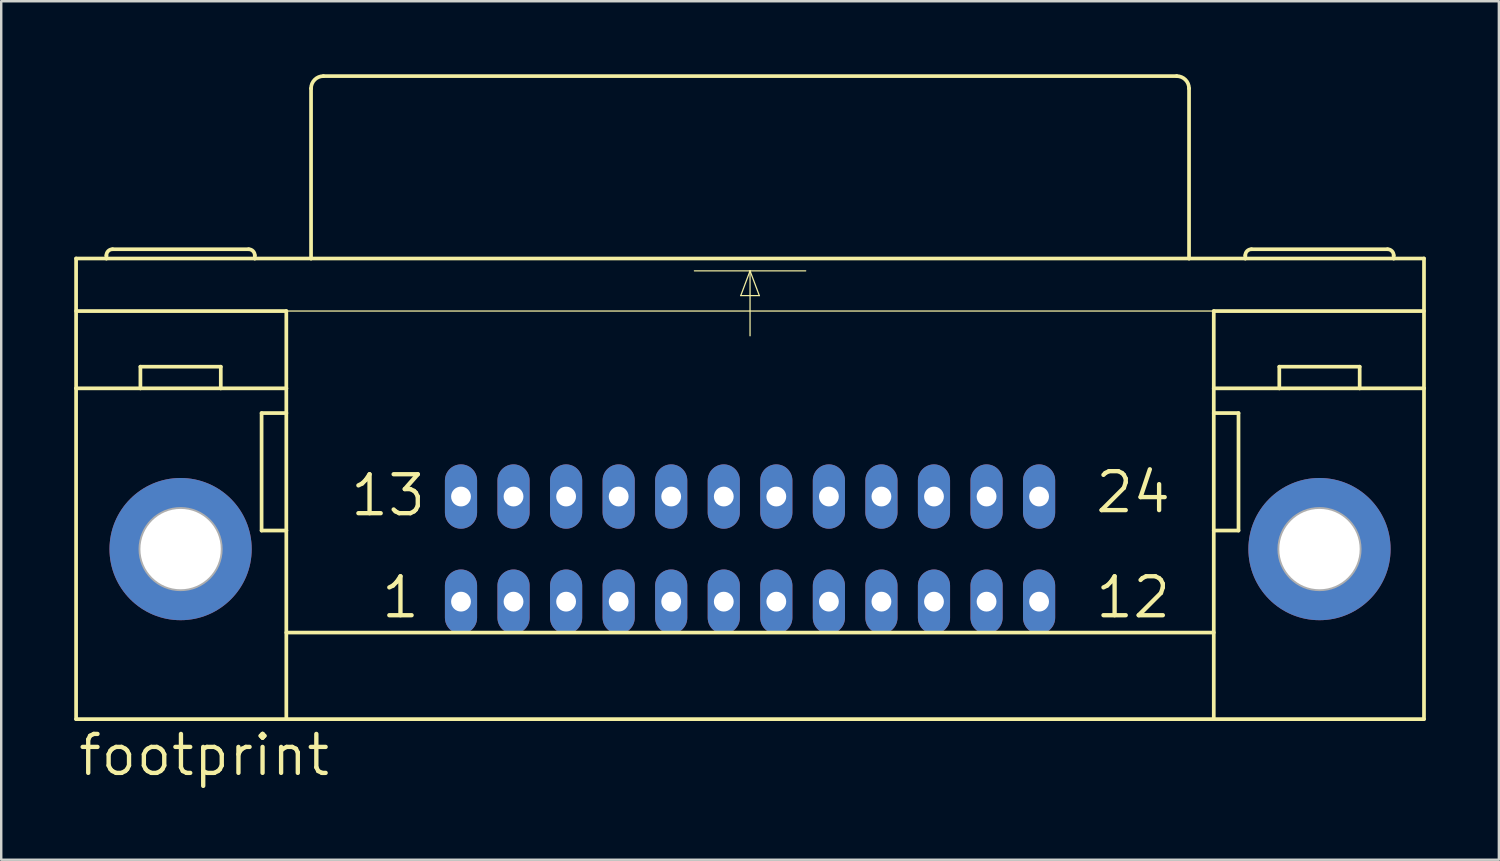
<source format=kicad_pcb>
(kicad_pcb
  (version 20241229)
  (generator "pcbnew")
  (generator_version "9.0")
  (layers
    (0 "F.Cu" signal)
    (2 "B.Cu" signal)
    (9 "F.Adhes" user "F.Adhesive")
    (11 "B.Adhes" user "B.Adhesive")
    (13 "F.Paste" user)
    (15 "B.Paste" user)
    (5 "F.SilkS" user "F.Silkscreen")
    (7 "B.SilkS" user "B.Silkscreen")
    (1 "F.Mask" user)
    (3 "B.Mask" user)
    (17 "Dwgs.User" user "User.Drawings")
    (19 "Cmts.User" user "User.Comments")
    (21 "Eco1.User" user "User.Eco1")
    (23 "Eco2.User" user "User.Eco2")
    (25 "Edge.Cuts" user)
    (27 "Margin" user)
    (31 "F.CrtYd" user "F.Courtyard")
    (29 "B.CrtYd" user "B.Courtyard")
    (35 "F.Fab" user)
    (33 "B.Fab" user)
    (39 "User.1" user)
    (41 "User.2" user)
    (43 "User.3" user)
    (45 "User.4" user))
  (footprint "footprint"
    (layer "F.Cu")
    (at 27.762 19.507)
    (property "Reference" "footprint" (at -27.686 9.398 0) (layer "F.SilkS") (effects (font (size 1.6 1.6) (thickness 0.178)) (justify left bottom)))
    (fp_line (start -27.686 -11.938) (end -26.441 -11.938) (stroke (width 0.152) (type solid)) (layer "F.SilkS"))
    (fp_line (start -27.686 -9.779) (end -19.05 -9.779) (stroke (width 0.152) (type solid)) (layer "F.SilkS"))
    (fp_line (start -27.686 -6.604) (end -27.686 -11.938) (stroke (width 0.152) (type solid)) (layer "F.SilkS"))
    (fp_line (start -27.686 6.985) (end -27.686 -6.604) (stroke (width 0.152) (type solid)) (layer "F.SilkS"))
    (fp_line (start -27.686 6.985) (end -19.05 6.985) (stroke (width 0.152) (type solid)) (layer "F.SilkS"))
    (fp_line (start -26.441 -11.938) (end -26.441 -12.065) (stroke (width 0.152) (type solid)) (layer "F.SilkS"))
    (fp_line (start -26.441 -11.938) (end -20.345 -11.938) (stroke (width 0.152) (type solid)) (layer "F.SilkS"))
    (fp_line (start -25.044 -6.604) (end -27.686 -6.604) (stroke (width 0.152) (type solid)) (layer "F.SilkS"))
    (fp_line (start -25.044 -6.604) (end -25.044 -7.493) (stroke (width 0.152) (type solid)) (layer "F.SilkS"))
    (fp_line (start -21.742 -7.493) (end -25.044 -7.493) (stroke (width 0.152) (type solid)) (layer "F.SilkS"))
    (fp_line (start -21.742 -6.604) (end -25.044 -6.604) (stroke (width 0.152) (type solid)) (layer "F.SilkS"))
    (fp_line (start -21.742 -6.604) (end -21.742 -7.493) (stroke (width 0.152) (type solid)) (layer "F.SilkS"))
    (fp_line (start -20.599 -12.319) (end -26.187 -12.319) (stroke (width 0.152) (type solid)) (layer "F.SilkS"))
    (fp_line (start -20.345 -11.938) (end -20.345 -12.065) (stroke (width 0.152) (type solid)) (layer "F.SilkS"))
    (fp_line (start -20.345 -11.938) (end -18.034 -11.938) (stroke (width 0.152) (type solid)) (layer "F.SilkS"))
    (fp_line (start -20.066 -5.588) (end -20.066 -0.762) (stroke (width 0.152) (type solid)) (layer "F.SilkS"))
    (fp_line (start -20.066 -0.762) (end -19.05 -0.762) (stroke (width 0.152) (type solid)) (layer "F.SilkS"))
    (fp_line (start -19.05 -9.779) (end 19.05 -9.779) (stroke (width 0.051) (type solid)) (layer "F.SilkS"))
    (fp_line (start -19.05 -6.604) (end -21.742 -6.604) (stroke (width 0.152) (type solid)) (layer "F.SilkS"))
    (fp_line (start -19.05 -6.604) (end -19.05 -9.779) (stroke (width 0.152) (type solid)) (layer "F.SilkS"))
    (fp_line (start -19.05 -5.588) (end -20.066 -5.588) (stroke (width 0.152) (type solid)) (layer "F.SilkS"))
    (fp_line (start -19.05 -5.588) (end -19.05 -6.604) (stroke (width 0.152) (type solid)) (layer "F.SilkS"))
    (fp_line (start -19.05 -0.762) (end -19.05 -5.588) (stroke (width 0.152) (type solid)) (layer "F.SilkS"))
    (fp_line (start -19.05 3.429) (end 19.05 3.429) (stroke (width 0.152) (type solid)) (layer "F.SilkS"))
    (fp_line (start -19.05 6.985) (end -19.05 -0.762) (stroke (width 0.152) (type solid)) (layer "F.SilkS"))
    (fp_line (start -19.05 6.985) (end 19.05 6.985) (stroke (width 0.152) (type solid)) (layer "F.SilkS"))
    (fp_line (start -18.034 -11.938) (end -18.034 -18.923) (stroke (width 0.152) (type solid)) (layer "F.SilkS"))
    (fp_line (start -18.034 -11.938) (end 18.034 -11.938) (stroke (width 0.152) (type solid)) (layer "F.SilkS"))
    (fp_line (start -17.526 -19.431) (end 17.526 -19.431) (stroke (width 0.152) (type solid)) (layer "F.SilkS"))
    (fp_line (start -2.286 -11.43) (end 0 -11.43) (stroke (width 0.051) (type solid)) (layer "F.SilkS"))
    (fp_line (start -0.381 -10.414) (end 0.381 -10.414) (stroke (width 0.051) (type solid)) (layer "F.SilkS"))
    (fp_line (start 0 -11.43) (end -0.381 -10.414) (stroke (width 0.051) (type solid)) (layer "F.SilkS"))
    (fp_line (start 0 -11.43) (end 0 -8.763) (stroke (width 0.051) (type solid)) (layer "F.SilkS"))
    (fp_line (start 0 -11.43) (end 2.286 -11.43) (stroke (width 0.051) (type solid)) (layer "F.SilkS"))
    (fp_line (start 0.381 -10.414) (end 0 -11.43) (stroke (width 0.051) (type solid)) (layer "F.SilkS"))
    (fp_line (start 18.034 -11.938) (end 18.034 -18.923) (stroke (width 0.152) (type solid)) (layer "F.SilkS"))
    (fp_line (start 18.034 -11.938) (end 20.345 -11.938) (stroke (width 0.152) (type solid)) (layer "F.SilkS"))
    (fp_line (start 19.05 -9.779) (end 27.686 -9.779) (stroke (width 0.152) (type solid)) (layer "F.SilkS"))
    (fp_line (start 19.05 -6.604) (end 19.05 -9.779) (stroke (width 0.152) (type solid)) (layer "F.SilkS"))
    (fp_line (start 19.05 -6.604) (end 21.742 -6.604) (stroke (width 0.152) (type solid)) (layer "F.SilkS"))
    (fp_line (start 19.05 -5.588) (end 19.05 -6.604) (stroke (width 0.152) (type solid)) (layer "F.SilkS"))
    (fp_line (start 19.05 -5.588) (end 20.066 -5.588) (stroke (width 0.152) (type solid)) (layer "F.SilkS"))
    (fp_line (start 19.05 -0.762) (end 19.05 -5.588) (stroke (width 0.152) (type solid)) (layer "F.SilkS"))
    (fp_line (start 19.05 6.985) (end 19.05 -0.762) (stroke (width 0.152) (type solid)) (layer "F.SilkS"))
    (fp_line (start 19.05 6.985) (end 27.686 6.985) (stroke (width 0.152) (type solid)) (layer "F.SilkS"))
    (fp_line (start 20.066 -5.588) (end 20.066 -0.762) (stroke (width 0.152) (type solid)) (layer "F.SilkS"))
    (fp_line (start 20.066 -0.762) (end 19.05 -0.762) (stroke (width 0.152) (type solid)) (layer "F.SilkS"))
    (fp_line (start 20.345 -11.938) (end 20.345 -12.065) (stroke (width 0.152) (type solid)) (layer "F.SilkS"))
    (fp_line (start 20.345 -11.938) (end 26.441 -11.938) (stroke (width 0.152) (type solid)) (layer "F.SilkS"))
    (fp_line (start 20.599 -12.319) (end 26.187 -12.319) (stroke (width 0.152) (type solid)) (layer "F.SilkS"))
    (fp_line (start 21.742 -7.493) (end 25.044 -7.493) (stroke (width 0.152) (type solid)) (layer "F.SilkS"))
    (fp_line (start 21.742 -6.604) (end 21.742 -7.493) (stroke (width 0.152) (type solid)) (layer "F.SilkS"))
    (fp_line (start 21.742 -6.604) (end 25.044 -6.604) (stroke (width 0.152) (type solid)) (layer "F.SilkS"))
    (fp_line (start 25.044 -6.604) (end 25.044 -7.493) (stroke (width 0.152) (type solid)) (layer "F.SilkS"))
    (fp_line (start 25.044 -6.604) (end 27.686 -6.604) (stroke (width 0.152) (type solid)) (layer "F.SilkS"))
    (fp_line (start 26.441 -11.938) (end 26.441 -12.065) (stroke (width 0.152) (type solid)) (layer "F.SilkS"))
    (fp_line (start 26.441 -11.938) (end 27.686 -11.938) (stroke (width 0.152) (type solid)) (layer "F.SilkS"))
    (fp_line (start 27.686 -11.938) (end 27.686 -6.604) (stroke (width 0.152) (type solid)) (layer "F.SilkS"))
    (fp_line (start 27.686 -6.604) (end 27.686 6.985) (stroke (width 0.152) (type solid)) (layer "F.SilkS"))
    (fp_arc (start -26.4414 -12.065) (mid -26.367005 -12.244605) (end -26.1874 -12.319) (stroke (width 0.1524) (type solid)) (layer "F.SilkS"))
    (fp_arc (start -20.5994 -12.319) (mid -20.419795 -12.244605) (end -20.3454 -12.065) (stroke (width 0.1524) (type solid)) (layer "F.SilkS"))
    (fp_arc (start -18.034 -18.923) (mid -17.88521 -19.28221) (end -17.526 -19.431) (stroke (width 0.1524) (type solid)) (layer "F.SilkS"))
    (fp_arc (start 17.526 -19.431) (mid 17.88521 -19.28221) (end 18.034 -18.923) (stroke (width 0.1524) (type solid)) (layer "F.SilkS"))
    (fp_arc (start 20.3454 -12.065) (mid 20.419795 -12.244605) (end 20.5994 -12.319) (stroke (width 0.1524) (type solid)) (layer "F.SilkS"))
    (fp_arc (start 26.1874 -12.319) (mid 26.367005 -12.244605) (end 26.4414 -12.065) (stroke (width 0.1524) (type solid)) (layer "F.SilkS"))
    (fp_circle (center -23.393 0) (end -21.742 0) (stroke (width 0.152) (type solid)) (fill no) (layer "F.Fab"))
    (fp_circle (center 23.393 0) (end 25.044 0) (stroke (width 0.152) (type solid)) (fill no) (layer "F.Fab"))
    (fp_text user "1" (at -15.24 2.921 0) (layer "F.SilkS") (effects (font (size 1.6 1.6) (thickness 0.178)) (justify left bottom)))
    (fp_text user "12" (at 14.097 2.921 0) (layer "F.SilkS") (effects (font (size 1.6 1.6) (thickness 0.178)) (justify left bottom)))
    (fp_text user "24" (at 14.097 -1.397 0) (layer "F.SilkS") (effects (font (size 1.6 1.6) (thickness 0.178)) (justify left bottom)))
    (fp_text user "13" (at -16.51 -1.27 0) (layer "F.SilkS") (effects (font (size 1.6 1.6) (thickness 0.178)) (justify left bottom)))
    (pad "1" thru_hole oval (at -11.874 2.159 90) (size 2.642 1.321) (drill 0.813) (layers "*.Cu" "*.Mask"))
    (pad "2" thru_hole oval (at -9.716 2.159 90) (size 2.642 1.321) (drill 0.813) (layers "*.Cu" "*.Mask"))
    (pad "3" thru_hole oval (at -7.556 2.159 90) (size 2.642 1.321) (drill 0.813) (layers "*.Cu" "*.Mask"))
    (pad "4" thru_hole oval (at -5.397 2.159 90) (size 2.642 1.321) (drill 0.813) (layers "*.Cu" "*.Mask"))
    (pad "5" thru_hole oval (at -3.239 2.159 90) (size 2.642 1.321) (drill 0.813) (layers "*.Cu" "*.Mask"))
    (pad "6" thru_hole oval (at -1.079 2.159 90) (size 2.642 1.321) (drill 0.813) (layers "*.Cu" "*.Mask"))
    (pad "7" thru_hole oval (at 1.079 2.159 90) (size 2.642 1.321) (drill 0.813) (layers "*.Cu" "*.Mask"))
    (pad "8" thru_hole oval (at 3.239 2.159 90) (size 2.642 1.321) (drill 0.813) (layers "*.Cu" "*.Mask"))
    (pad "9" thru_hole oval (at 5.397 2.159 90) (size 2.642 1.321) (drill 0.813) (layers "*.Cu" "*.Mask"))
    (pad "10" thru_hole oval (at 7.556 2.159 90) (size 2.642 1.321) (drill 0.813) (layers "*.Cu" "*.Mask"))
    (pad "11" thru_hole oval (at 9.716 2.159 90) (size 2.642 1.321) (drill 0.813) (layers "*.Cu" "*.Mask"))
    (pad "12" thru_hole oval (at 11.874 2.159 90) (size 2.642 1.321) (drill 0.813) (layers "*.Cu" "*.Mask"))
    (pad "13" thru_hole oval (at -11.874 -2.159 90) (size 2.642 1.321) (drill 0.813) (layers "*.Cu" "*.Mask"))
    (pad "14" thru_hole oval (at -9.716 -2.159 90) (size 2.642 1.321) (drill 0.813) (layers "*.Cu" "*.Mask"))
    (pad "15" thru_hole oval (at -7.556 -2.159 90) (size 2.642 1.321) (drill 0.813) (layers "*.Cu" "*.Mask"))
    (pad "16" thru_hole oval (at -5.397 -2.159 90) (size 2.642 1.321) (drill 0.813) (layers "*.Cu" "*.Mask"))
    (pad "17" thru_hole oval (at -3.239 -2.159 90) (size 2.642 1.321) (drill 0.813) (layers "*.Cu" "*.Mask"))
    (pad "18" thru_hole oval (at -1.079 -2.159 90) (size 2.642 1.321) (drill 0.813) (layers "*.Cu" "*.Mask"))
    (pad "19" thru_hole oval (at 1.079 -2.159 90) (size 2.642 1.321) (drill 0.813) (layers "*.Cu" "*.Mask"))
    (pad "20" thru_hole oval (at 3.239 -2.159 90) (size 2.642 1.321) (drill 0.813) (layers "*.Cu" "*.Mask"))
    (pad "21" thru_hole oval (at 5.397 -2.159 90) (size 2.642 1.321) (drill 0.813) (layers "*.Cu" "*.Mask"))
    (pad "22" thru_hole oval (at 7.556 -2.159 90) (size 2.642 1.321) (drill 0.813) (layers "*.Cu" "*.Mask"))
    (pad "23" thru_hole oval (at 9.716 -2.159 90) (size 2.642 1.321) (drill 0.813) (layers "*.Cu" "*.Mask"))
    (pad "24" thru_hole oval (at 11.874 -2.159 90) (size 2.642 1.321) (drill 0.813) (layers "*.Cu" "*.Mask"))
    (pad "G" thru_hole circle (at -23.393 0) (size 5.842 5.842) (drill 3.302) (layers "*.Cu" "*.Mask"))
    (pad "G1" thru_hole circle (at 23.393 0) (size 5.842 5.842) (drill 3.302) (layers "*.Cu" "*.Mask")))
  (gr_rect
    (start -3 -3)
    (end 58.524 32.268)
    (stroke (width 0.1) (type default))
    (fill no)
    (layer "Edge.Cuts")))
</source>
